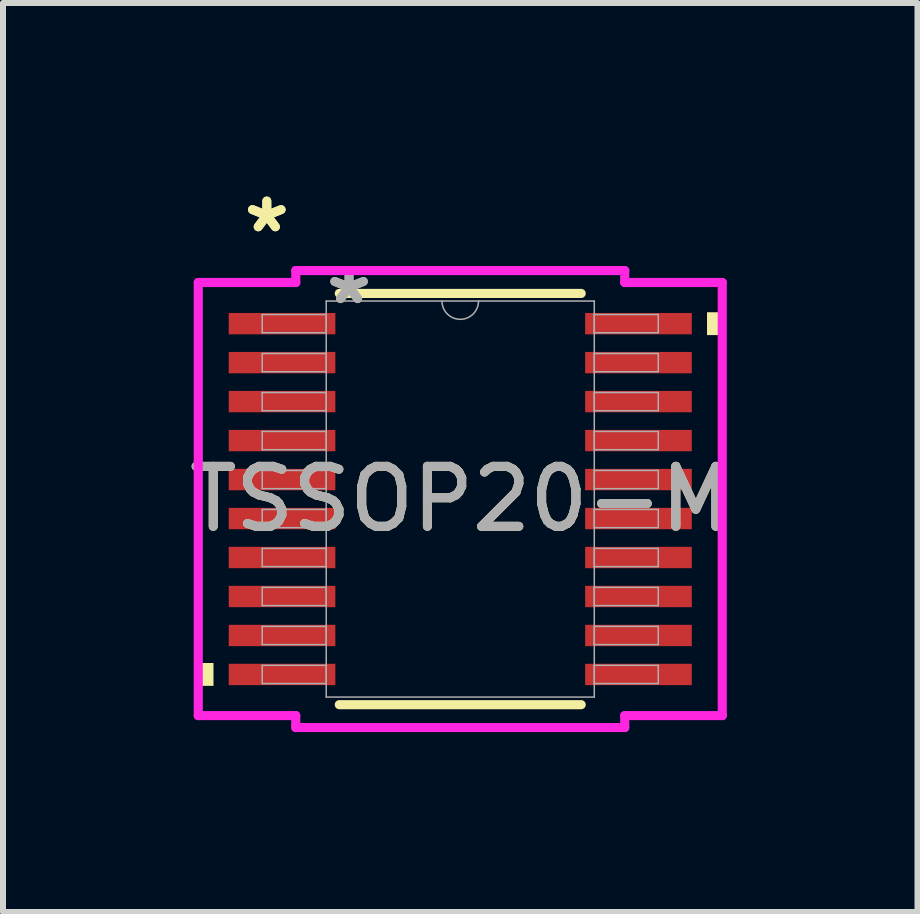
<source format=kicad_pcb>
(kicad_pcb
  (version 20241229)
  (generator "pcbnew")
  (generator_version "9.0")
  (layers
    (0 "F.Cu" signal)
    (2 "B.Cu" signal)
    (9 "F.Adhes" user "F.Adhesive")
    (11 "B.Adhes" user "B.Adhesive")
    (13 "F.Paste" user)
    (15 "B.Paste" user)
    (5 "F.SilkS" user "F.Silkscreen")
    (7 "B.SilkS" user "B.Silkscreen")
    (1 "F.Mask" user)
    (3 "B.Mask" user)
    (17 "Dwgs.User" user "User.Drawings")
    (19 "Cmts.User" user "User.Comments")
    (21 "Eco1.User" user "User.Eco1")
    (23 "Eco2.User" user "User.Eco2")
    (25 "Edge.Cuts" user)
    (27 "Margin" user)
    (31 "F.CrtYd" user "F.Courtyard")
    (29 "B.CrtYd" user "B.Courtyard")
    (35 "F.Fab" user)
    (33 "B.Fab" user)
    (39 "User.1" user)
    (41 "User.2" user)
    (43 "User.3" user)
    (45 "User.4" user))
  (footprint "TSSOP20-M"
    (layer "F.Cu")
    (at 4.625 5.272)
    (property "Reference" "TSSOP20-M" (at 0 0 0) (unlocked yes) (layer "F.SilkS") (effects (font (size 1 1) (thickness 0.15))))
    (attr smd)
    (fp_line (start -2.017 3.429) (end 2.017 3.429) (stroke (width 0.152) (type solid)) (layer "F.SilkS"))
    (fp_line (start 2.017 -3.429) (end -2.017 -3.429) (stroke (width 0.152) (type solid)) (layer "F.SilkS"))
    (fp_poly (pts (xy -4.369 2.734) (xy -4.369 3.115) (xy -4.115 3.115) (xy -4.115 2.734)) (stroke (width 0) (type solid)) (fill yes) (layer "F.SilkS"))
    (fp_poly (pts (xy 4.369 -3.115) (xy 4.369 -2.734) (xy 4.115 -2.734) (xy 4.115 -3.115)) (stroke (width 0) (type solid)) (fill yes) (layer "F.SilkS"))
    (fp_line (start -4.369 -3.611) (end -2.743 -3.611) (stroke (width 0.152) (type solid)) (layer "F.CrtYd"))
    (fp_line (start -4.369 3.611) (end -4.369 -3.611) (stroke (width 0.152) (type solid)) (layer "F.CrtYd"))
    (fp_line (start -4.369 3.611) (end -2.743 3.611) (stroke (width 0.152) (type solid)) (layer "F.CrtYd"))
    (fp_line (start -2.743 -3.81) (end 2.743 -3.81) (stroke (width 0.152) (type solid)) (layer "F.CrtYd"))
    (fp_line (start -2.743 -3.611) (end -2.743 -3.81) (stroke (width 0.152) (type solid)) (layer "F.CrtYd"))
    (fp_line (start -2.743 3.81) (end -2.743 3.611) (stroke (width 0.152) (type solid)) (layer "F.CrtYd"))
    (fp_line (start 2.743 -3.81) (end 2.743 -3.611) (stroke (width 0.152) (type solid)) (layer "F.CrtYd"))
    (fp_line (start 2.743 3.611) (end 2.743 3.81) (stroke (width 0.152) (type solid)) (layer "F.CrtYd"))
    (fp_line (start 2.743 3.81) (end -2.743 3.81) (stroke (width 0.152) (type solid)) (layer "F.CrtYd"))
    (fp_line (start 4.369 -3.611) (end 2.743 -3.611) (stroke (width 0.152) (type solid)) (layer "F.CrtYd"))
    (fp_line (start 4.369 -3.611) (end 4.369 3.611) (stroke (width 0.152) (type solid)) (layer "F.CrtYd"))
    (fp_line (start 4.369 3.611) (end 2.743 3.611) (stroke (width 0.152) (type solid)) (layer "F.CrtYd"))
    (fp_line (start -3.302 -3.077) (end -3.302 -2.773) (stroke (width 0.025) (type solid)) (layer "F.Fab"))
    (fp_line (start -3.302 -2.773) (end -2.235 -2.773) (stroke (width 0.025) (type solid)) (layer "F.Fab"))
    (fp_line (start -3.302 -2.427) (end -3.302 -2.123) (stroke (width 0.025) (type solid)) (layer "F.Fab"))
    (fp_line (start -3.302 -2.123) (end -2.235 -2.123) (stroke (width 0.025) (type solid)) (layer "F.Fab"))
    (fp_line (start -3.302 -1.777) (end -3.302 -1.473) (stroke (width 0.025) (type solid)) (layer "F.Fab"))
    (fp_line (start -3.302 -1.473) (end -2.235 -1.473) (stroke (width 0.025) (type solid)) (layer "F.Fab"))
    (fp_line (start -3.302 -1.127) (end -3.302 -0.823) (stroke (width 0.025) (type solid)) (layer "F.Fab"))
    (fp_line (start -3.302 -0.823) (end -2.235 -0.823) (stroke (width 0.025) (type solid)) (layer "F.Fab"))
    (fp_line (start -3.302 -0.477) (end -3.302 -0.173) (stroke (width 0.025) (type solid)) (layer "F.Fab"))
    (fp_line (start -3.302 -0.173) (end -2.235 -0.173) (stroke (width 0.025) (type solid)) (layer "F.Fab"))
    (fp_line (start -3.302 0.173) (end -3.302 0.477) (stroke (width 0.025) (type solid)) (layer "F.Fab"))
    (fp_line (start -3.302 0.477) (end -2.235 0.477) (stroke (width 0.025) (type solid)) (layer "F.Fab"))
    (fp_line (start -3.302 0.823) (end -3.302 1.127) (stroke (width 0.025) (type solid)) (layer "F.Fab"))
    (fp_line (start -3.302 1.127) (end -2.235 1.127) (stroke (width 0.025) (type solid)) (layer "F.Fab"))
    (fp_line (start -3.302 1.473) (end -3.302 1.777) (stroke (width 0.025) (type solid)) (layer "F.Fab"))
    (fp_line (start -3.302 1.777) (end -2.235 1.777) (stroke (width 0.025) (type solid)) (layer "F.Fab"))
    (fp_line (start -3.302 2.123) (end -3.302 2.427) (stroke (width 0.025) (type solid)) (layer "F.Fab"))
    (fp_line (start -3.302 2.427) (end -2.235 2.427) (stroke (width 0.025) (type solid)) (layer "F.Fab"))
    (fp_line (start -3.302 2.773) (end -3.302 3.077) (stroke (width 0.025) (type solid)) (layer "F.Fab"))
    (fp_line (start -3.302 3.077) (end -2.235 3.077) (stroke (width 0.025) (type solid)) (layer "F.Fab"))
    (fp_line (start -2.235 -3.302) (end -2.235 3.302) (stroke (width 0.025) (type solid)) (layer "F.Fab"))
    (fp_line (start -2.235 -3.077) (end -3.302 -3.077) (stroke (width 0.025) (type solid)) (layer "F.Fab"))
    (fp_line (start -2.235 -2.773) (end -2.235 -3.077) (stroke (width 0.025) (type solid)) (layer "F.Fab"))
    (fp_line (start -2.235 -2.427) (end -3.302 -2.427) (stroke (width 0.025) (type solid)) (layer "F.Fab"))
    (fp_line (start -2.235 -2.123) (end -2.235 -2.427) (stroke (width 0.025) (type solid)) (layer "F.Fab"))
    (fp_line (start -2.235 -1.777) (end -3.302 -1.777) (stroke (width 0.025) (type solid)) (layer "F.Fab"))
    (fp_line (start -2.235 -1.473) (end -2.235 -1.777) (stroke (width 0.025) (type solid)) (layer "F.Fab"))
    (fp_line (start -2.235 -1.127) (end -3.302 -1.127) (stroke (width 0.025) (type solid)) (layer "F.Fab"))
    (fp_line (start -2.235 -0.823) (end -2.235 -1.127) (stroke (width 0.025) (type solid)) (layer "F.Fab"))
    (fp_line (start -2.235 -0.477) (end -3.302 -0.477) (stroke (width 0.025) (type solid)) (layer "F.Fab"))
    (fp_line (start -2.235 -0.173) (end -2.235 -0.477) (stroke (width 0.025) (type solid)) (layer "F.Fab"))
    (fp_line (start -2.235 0.173) (end -3.302 0.173) (stroke (width 0.025) (type solid)) (layer "F.Fab"))
    (fp_line (start -2.235 0.477) (end -2.235 0.173) (stroke (width 0.025) (type solid)) (layer "F.Fab"))
    (fp_line (start -2.235 0.823) (end -3.302 0.823) (stroke (width 0.025) (type solid)) (layer "F.Fab"))
    (fp_line (start -2.235 1.127) (end -2.235 0.823) (stroke (width 0.025) (type solid)) (layer "F.Fab"))
    (fp_line (start -2.235 1.473) (end -3.302 1.473) (stroke (width 0.025) (type solid)) (layer "F.Fab"))
    (fp_line (start -2.235 1.777) (end -2.235 1.473) (stroke (width 0.025) (type solid)) (layer "F.Fab"))
    (fp_line (start -2.235 2.123) (end -3.302 2.123) (stroke (width 0.025) (type solid)) (layer "F.Fab"))
    (fp_line (start -2.235 2.427) (end -2.235 2.123) (stroke (width 0.025) (type solid)) (layer "F.Fab"))
    (fp_line (start -2.235 2.773) (end -3.302 2.773) (stroke (width 0.025) (type solid)) (layer "F.Fab"))
    (fp_line (start -2.235 3.077) (end -2.235 2.773) (stroke (width 0.025) (type solid)) (layer "F.Fab"))
    (fp_line (start -2.235 3.302) (end 2.235 3.302) (stroke (width 0.025) (type solid)) (layer "F.Fab"))
    (fp_line (start 2.235 -3.302) (end -2.235 -3.302) (stroke (width 0.025) (type solid)) (layer "F.Fab"))
    (fp_line (start 2.235 -3.077) (end 2.235 -2.773) (stroke (width 0.025) (type solid)) (layer "F.Fab"))
    (fp_line (start 2.235 -2.773) (end 3.302 -2.773) (stroke (width 0.025) (type solid)) (layer "F.Fab"))
    (fp_line (start 2.235 -2.427) (end 2.235 -2.123) (stroke (width 0.025) (type solid)) (layer "F.Fab"))
    (fp_line (start 2.235 -2.123) (end 3.302 -2.123) (stroke (width 0.025) (type solid)) (layer "F.Fab"))
    (fp_line (start 2.235 -1.777) (end 2.235 -1.473) (stroke (width 0.025) (type solid)) (layer "F.Fab"))
    (fp_line (start 2.235 -1.473) (end 3.302 -1.473) (stroke (width 0.025) (type solid)) (layer "F.Fab"))
    (fp_line (start 2.235 -1.127) (end 2.235 -0.823) (stroke (width 0.025) (type solid)) (layer "F.Fab"))
    (fp_line (start 2.235 -0.823) (end 3.302 -0.823) (stroke (width 0.025) (type solid)) (layer "F.Fab"))
    (fp_line (start 2.235 -0.477) (end 2.235 -0.173) (stroke (width 0.025) (type solid)) (layer "F.Fab"))
    (fp_line (start 2.235 -0.173) (end 3.302 -0.173) (stroke (width 0.025) (type solid)) (layer "F.Fab"))
    (fp_line (start 2.235 0.173) (end 2.235 0.477) (stroke (width 0.025) (type solid)) (layer "F.Fab"))
    (fp_line (start 2.235 0.477) (end 3.302 0.477) (stroke (width 0.025) (type solid)) (layer "F.Fab"))
    (fp_line (start 2.235 0.823) (end 2.235 1.127) (stroke (width 0.025) (type solid)) (layer "F.Fab"))
    (fp_line (start 2.235 1.127) (end 3.302 1.127) (stroke (width 0.025) (type solid)) (layer "F.Fab"))
    (fp_line (start 2.235 1.473) (end 2.235 1.777) (stroke (width 0.025) (type solid)) (layer "F.Fab"))
    (fp_line (start 2.235 1.777) (end 3.302 1.777) (stroke (width 0.025) (type solid)) (layer "F.Fab"))
    (fp_line (start 2.235 2.123) (end 2.235 2.427) (stroke (width 0.025) (type solid)) (layer "F.Fab"))
    (fp_line (start 2.235 2.427) (end 3.302 2.427) (stroke (width 0.025) (type solid)) (layer "F.Fab"))
    (fp_line (start 2.235 2.773) (end 2.235 3.077) (stroke (width 0.025) (type solid)) (layer "F.Fab"))
    (fp_line (start 2.235 3.077) (end 3.302 3.077) (stroke (width 0.025) (type solid)) (layer "F.Fab"))
    (fp_line (start 2.235 3.302) (end 2.235 -3.302) (stroke (width 0.025) (type solid)) (layer "F.Fab"))
    (fp_line (start 3.302 -3.077) (end 2.235 -3.077) (stroke (width 0.025) (type solid)) (layer "F.Fab"))
    (fp_line (start 3.302 -2.773) (end 3.302 -3.077) (stroke (width 0.025) (type solid)) (layer "F.Fab"))
    (fp_line (start 3.302 -2.427) (end 2.235 -2.427) (stroke (width 0.025) (type solid)) (layer "F.Fab"))
    (fp_line (start 3.302 -2.123) (end 3.302 -2.427) (stroke (width 0.025) (type solid)) (layer "F.Fab"))
    (fp_line (start 3.302 -1.777) (end 2.235 -1.777) (stroke (width 0.025) (type solid)) (layer "F.Fab"))
    (fp_line (start 3.302 -1.473) (end 3.302 -1.777) (stroke (width 0.025) (type solid)) (layer "F.Fab"))
    (fp_line (start 3.302 -1.127) (end 2.235 -1.127) (stroke (width 0.025) (type solid)) (layer "F.Fab"))
    (fp_line (start 3.302 -0.823) (end 3.302 -1.127) (stroke (width 0.025) (type solid)) (layer "F.Fab"))
    (fp_line (start 3.302 -0.477) (end 2.235 -0.477) (stroke (width 0.025) (type solid)) (layer "F.Fab"))
    (fp_line (start 3.302 -0.173) (end 3.302 -0.477) (stroke (width 0.025) (type solid)) (layer "F.Fab"))
    (fp_line (start 3.302 0.173) (end 2.235 0.173) (stroke (width 0.025) (type solid)) (layer "F.Fab"))
    (fp_line (start 3.302 0.477) (end 3.302 0.173) (stroke (width 0.025) (type solid)) (layer "F.Fab"))
    (fp_line (start 3.302 0.823) (end 2.235 0.823) (stroke (width 0.025) (type solid)) (layer "F.Fab"))
    (fp_line (start 3.302 1.127) (end 3.302 0.823) (stroke (width 0.025) (type solid)) (layer "F.Fab"))
    (fp_line (start 3.302 1.473) (end 2.235 1.473) (stroke (width 0.025) (type solid)) (layer "F.Fab"))
    (fp_line (start 3.302 1.777) (end 3.302 1.473) (stroke (width 0.025) (type solid)) (layer "F.Fab"))
    (fp_line (start 3.302 2.123) (end 2.235 2.123) (stroke (width 0.025) (type solid)) (layer "F.Fab"))
    (fp_line (start 3.302 2.427) (end 3.302 2.123) (stroke (width 0.025) (type solid)) (layer "F.Fab"))
    (fp_line (start 3.302 2.773) (end 2.235 2.773) (stroke (width 0.025) (type solid)) (layer "F.Fab"))
    (fp_line (start 3.302 3.077) (end 3.302 2.773) (stroke (width 0.025) (type solid)) (layer "F.Fab"))
    (fp_arc (start 0.3048 -3.302) (mid 0 -2.9972) (end -0.3048 -3.302) (stroke (width 0.0254) (type solid)) (layer "F.Fab"))
    (fp_text user "*" (at -3.226 -4.424 0) (unlocked yes) (layer "F.SilkS") (effects (font (size 1 1) (thickness 0.15))))
    (fp_text user "*" (at -3.226 -4.424 0) (layer "F.SilkS") (effects (font (size 1 1) (thickness 0.15))))
    (fp_text user "${REFERENCE}" (at 0 0 0) (unlocked yes) (layer "F.Fab") (effects (font (size 1 1) (thickness 0.15))))
    (fp_text user "*" (at -1.854 -3.226 0) (layer "F.Fab") (effects (font (size 1 1) (thickness 0.15))))
    (fp_text user "*" (at -1.854 -3.226 0) (unlocked yes) (layer "F.Fab") (effects (font (size 1 1) (thickness 0.15))))
    (pad "1" smd rect (at -2.972 -2.925) (size 1.778 0.356) (layers "F.Cu" "F.Mask" "F.Paste"))
    (pad "2" smd rect (at -2.972 -2.275) (size 1.778 0.356) (layers "F.Cu" "F.Mask" "F.Paste"))
    (pad "3" smd rect (at -2.972 -1.625) (size 1.778 0.356) (layers "F.Cu" "F.Mask" "F.Paste"))
    (pad "4" smd rect (at -2.972 -0.975) (size 1.778 0.356) (layers "F.Cu" "F.Mask" "F.Paste"))
    (pad "5" smd rect (at -2.972 -0.325) (size 1.778 0.356) (layers "F.Cu" "F.Mask" "F.Paste"))
    (pad "6" smd rect (at -2.972 0.325) (size 1.778 0.356) (layers "F.Cu" "F.Mask" "F.Paste"))
    (pad "7" smd rect (at -2.972 0.975) (size 1.778 0.356) (layers "F.Cu" "F.Mask" "F.Paste"))
    (pad "8" smd rect (at -2.972 1.625) (size 1.778 0.356) (layers "F.Cu" "F.Mask" "F.Paste"))
    (pad "9" smd rect (at -2.972 2.275) (size 1.778 0.356) (layers "F.Cu" "F.Mask" "F.Paste"))
    (pad "10" smd rect (at -2.972 2.925) (size 1.778 0.356) (layers "F.Cu" "F.Mask" "F.Paste"))
    (pad "11" smd rect (at 2.972 2.925) (size 1.778 0.356) (layers "F.Cu" "F.Mask" "F.Paste"))
    (pad "12" smd rect (at 2.972 2.275) (size 1.778 0.356) (layers "F.Cu" "F.Mask" "F.Paste"))
    (pad "13" smd rect (at 2.972 1.625) (size 1.778 0.356) (layers "F.Cu" "F.Mask" "F.Paste"))
    (pad "14" smd rect (at 2.972 0.975) (size 1.778 0.356) (layers "F.Cu" "F.Mask" "F.Paste"))
    (pad "15" smd rect (at 2.972 0.325) (size 1.778 0.356) (layers "F.Cu" "F.Mask" "F.Paste"))
    (pad "16" smd rect (at 2.972 -0.325) (size 1.778 0.356) (layers "F.Cu" "F.Mask" "F.Paste"))
    (pad "17" smd rect (at 2.972 -0.975) (size 1.778 0.356) (layers "F.Cu" "F.Mask" "F.Paste"))
    (pad "18" smd rect (at 2.972 -1.625) (size 1.778 0.356) (layers "F.Cu" "F.Mask" "F.Paste"))
    (pad "19" smd rect (at 2.972 -2.275) (size 1.778 0.356) (layers "F.Cu" "F.Mask" "F.Paste"))
    (pad "20" smd rect (at 2.972 -2.925) (size 1.778 0.356) (layers "F.Cu" "F.Mask" "F.Paste")))
  (gr_rect
    (start -3 -3)
    (end 12.25 12.158)
    (stroke (width 0.1) (type default))
    (fill no)
    (layer "Edge.Cuts")))
</source>
